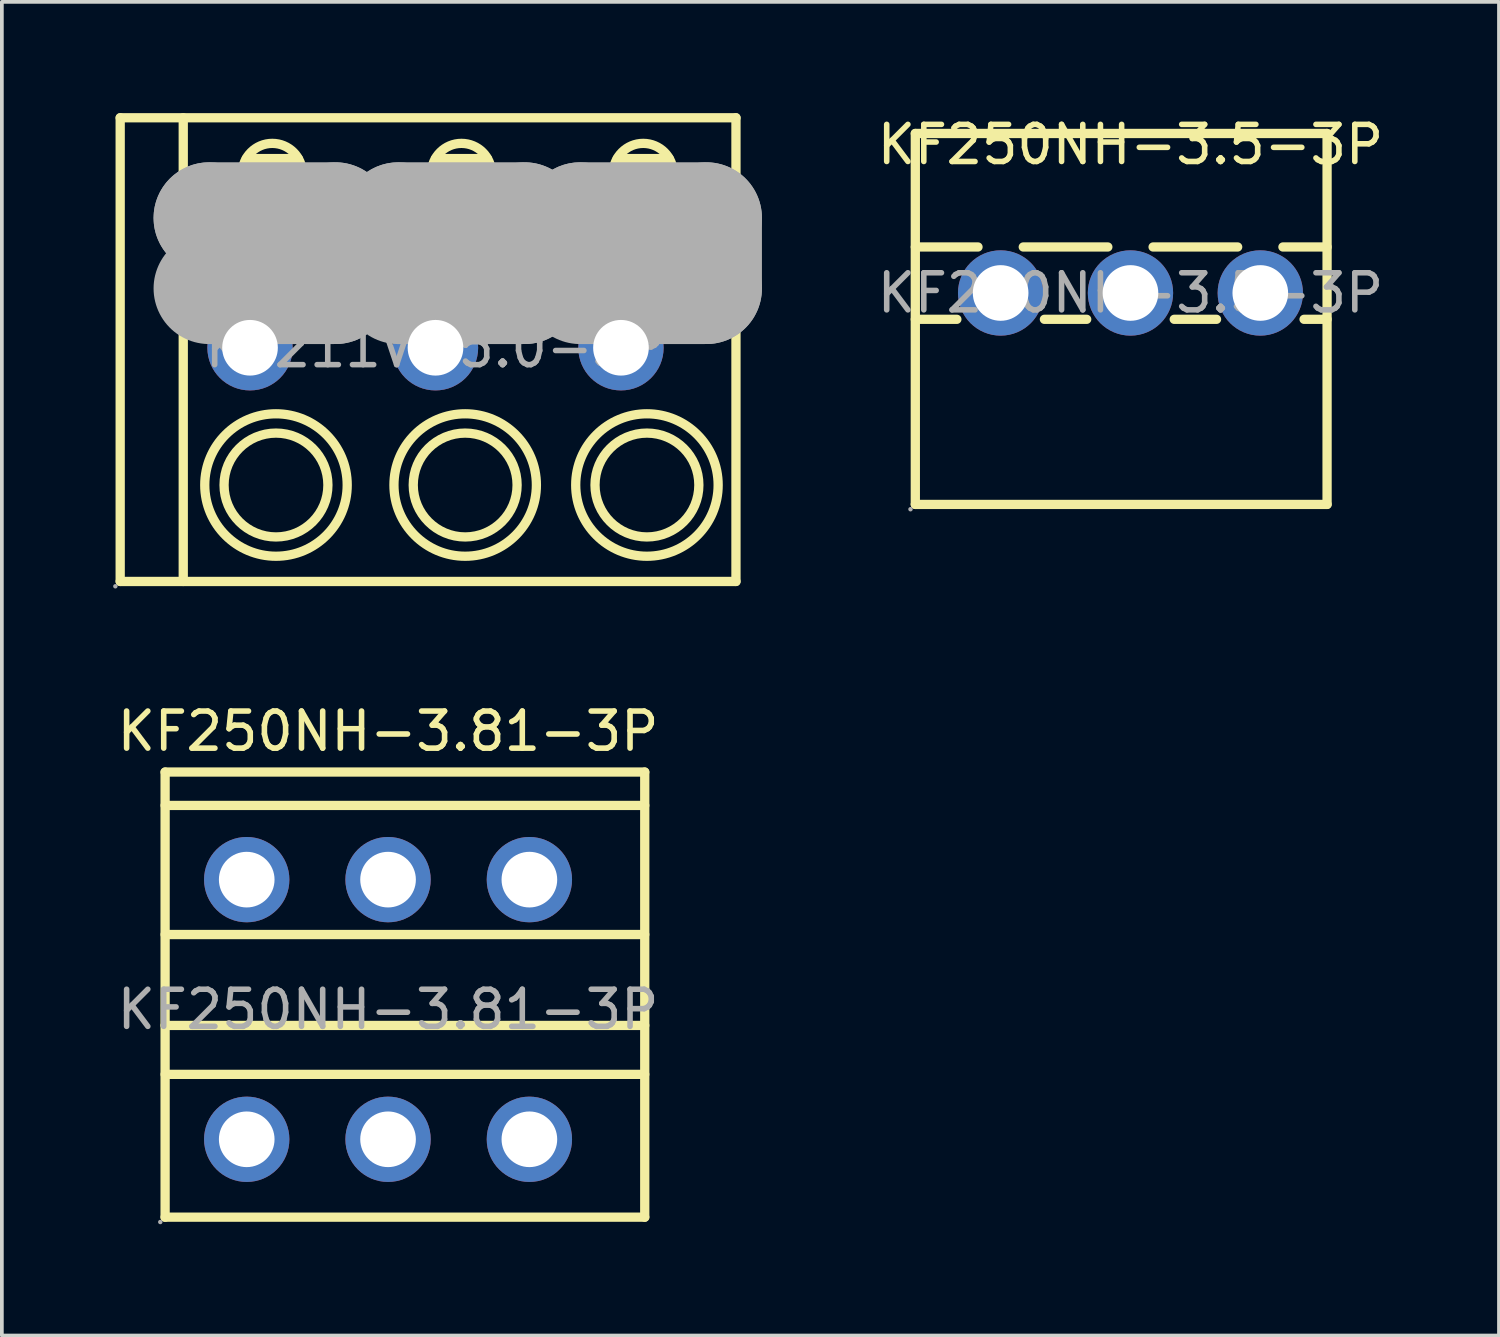
<source format=kicad_pcb>
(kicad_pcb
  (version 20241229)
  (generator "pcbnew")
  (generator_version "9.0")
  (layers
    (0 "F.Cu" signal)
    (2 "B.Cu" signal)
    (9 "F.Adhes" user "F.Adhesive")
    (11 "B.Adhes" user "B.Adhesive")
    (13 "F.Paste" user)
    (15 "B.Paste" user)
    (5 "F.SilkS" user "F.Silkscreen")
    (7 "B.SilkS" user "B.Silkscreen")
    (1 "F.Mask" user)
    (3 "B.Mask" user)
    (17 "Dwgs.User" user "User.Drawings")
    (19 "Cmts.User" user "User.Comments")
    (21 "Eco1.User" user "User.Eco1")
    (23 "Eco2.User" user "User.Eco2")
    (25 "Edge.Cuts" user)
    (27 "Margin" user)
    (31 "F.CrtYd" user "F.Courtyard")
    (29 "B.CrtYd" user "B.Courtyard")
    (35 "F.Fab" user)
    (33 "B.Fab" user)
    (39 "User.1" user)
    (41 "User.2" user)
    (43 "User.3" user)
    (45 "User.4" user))
  (footprint "KF250NH-3.81-3P"
    (layer "F.Cu")
    (at 7.411 24.163)
    (property "Reference" "KF250NH-3.81-3P" (at 0 -7.5 0) (layer "F.SilkS") (effects (font (size 1 1) (thickness 0.15))))
    (attr through_hole)
    (fp_line (start -6.01 -6.4) (end 6.92 -6.4) (stroke (width 0.25) (type solid)) (layer "F.SilkS"))
    (fp_line (start -6.01 -5.5) (end 6.92 -5.5) (stroke (width 0.25) (type solid)) (layer "F.SilkS"))
    (fp_line (start -6.01 -2.02) (end 6.92 -2.02) (stroke (width 0.25) (type solid)) (layer "F.SilkS"))
    (fp_line (start -6.01 0.43) (end 6.92 0.43) (stroke (width 0.25) (type solid)) (layer "F.SilkS"))
    (fp_line (start -6.01 1.75) (end 6.92 1.75) (stroke (width 0.25) (type solid)) (layer "F.SilkS"))
    (fp_line (start -6.01 5.6) (end -6.01 -6.4) (stroke (width 0.25) (type solid)) (layer "F.SilkS"))
    (fp_line (start -6.01 5.6) (end 6.92 5.6) (stroke (width 0.25) (type solid)) (layer "F.SilkS"))
    (fp_line (start 6.92 5.6) (end 6.92 -6.4) (stroke (width 0.25) (type solid)) (layer "F.SilkS"))
    (fp_circle (center -6.14 5.73) (end -6.11 5.73) (stroke (width 0.06) (type solid)) (fill no) (layer "F.Fab"))
    (fp_circle (center -3.81 -3.5) (end -3.48 -3.5) (stroke (width 0.65) (type solid)) (fill no) (layer "F.Fab"))
    (fp_circle (center -3.81 3.5) (end -3.48 3.5) (stroke (width 0.65) (type solid)) (fill no) (layer "F.Fab"))
    (fp_circle (center 0 -3.5) (end 0.33 -3.5) (stroke (width 0.65) (type solid)) (fill no) (layer "F.Fab"))
    (fp_circle (center 0 3.5) (end 0.33 3.5) (stroke (width 0.65) (type solid)) (fill no) (layer "F.Fab"))
    (fp_circle (center 3.81 -3.5) (end 4.14 -3.5) (stroke (width 0.65) (type solid)) (fill no) (layer "F.Fab"))
    (fp_circle (center 3.81 3.5) (end 4.14 3.5) (stroke (width 0.65) (type solid)) (fill no) (layer "F.Fab"))
    (fp_text user "${REFERENCE}" (at 0 0 0) (layer "F.Fab") (effects (font (size 1 1) (thickness 0.15))))
    (pad "1" thru_hole circle (at -3.81 -3.5) (size 2.3 2.3) (drill 1.5) (layers "*.Cu" "*.Mask"))
    (pad "1" thru_hole circle (at -3.81 3.5) (size 2.3 2.3) (drill 1.5) (layers "*.Cu" "*.Mask"))
    (pad "2" thru_hole circle (at 0 -3.5) (size 2.3 2.3) (drill 1.5) (layers "*.Cu" "*.Mask"))
    (pad "2" thru_hole circle (at 0 3.5) (size 2.3 2.3) (drill 1.5) (layers "*.Cu" "*.Mask"))
    (pad "3" thru_hole circle (at 3.81 -3.5) (size 2.3 2.3) (drill 1.5) (layers "*.Cu" "*.Mask"))
    (pad "3" thru_hole circle (at 3.81 3.5) (size 2.3 2.3) (drill 1.5) (layers "*.Cu" "*.Mask")))
  (footprint "KF211V-5.0-3P"
    (layer "F.Cu")
    (at 8.69 6.325)
    (property "Reference" "KF211V-5.0-3P" (at 0 -4 0) (layer "F.SilkS") (effects (font (size 1 1) (thickness 0.15))))
    (attr through_hole)
    (fp_line (start -8.5 -6.2) (end -8.5 6.3) (stroke (width 0.25) (type solid)) (layer "F.SilkS"))
    (fp_line (start -8.5 -6.2) (end 8.1 -6.2) (stroke (width 0.25) (type solid)) (layer "F.SilkS"))
    (fp_line (start -8.5 6.3) (end 8.1 6.3) (stroke (width 0.25) (type solid)) (layer "F.SilkS"))
    (fp_line (start -6.8 -6.2) (end -6.8 6.3) (stroke (width 0.25) (type solid)) (layer "F.SilkS"))
    (fp_line (start -5.1 -5.1) (end -3.7 -5.1) (stroke (width 0.25) (type solid)) (layer "F.SilkS"))
    (fp_line (start -5.1 -4.3) (end -3.7 -4.3) (stroke (width 0.25) (type solid)) (layer "F.SilkS"))
    (fp_line (start 0 -5.1) (end 1.4 -5.1) (stroke (width 0.25) (type solid)) (layer "F.SilkS"))
    (fp_line (start 0 -4.3) (end 1.4 -4.3) (stroke (width 0.25) (type solid)) (layer "F.SilkS"))
    (fp_line (start 4.9 -5.1) (end 6.3 -5.1) (stroke (width 0.25) (type solid)) (layer "F.SilkS"))
    (fp_line (start 4.9 -4.3) (end 6.3 -4.3) (stroke (width 0.25) (type solid)) (layer "F.SilkS"))
    (fp_line (start 8.1 -6.2) (end 8.1 6.3) (stroke (width 0.25) (type solid)) (layer "F.SilkS"))
    (fp_circle (center -4.4 -4.7) (end -3.59 -4.7) (stroke (width 0.25) (type solid)) (fill no) (layer "F.SilkS"))
    (fp_circle (center -4.3 3.7) (end -2.9 3.7) (stroke (width 0.25) (type solid)) (fill no) (layer "F.SilkS"))
    (fp_circle (center -4.3 3.7) (end -2.38 3.7) (stroke (width 0.25) (type solid)) (fill no) (layer "F.SilkS"))
    (fp_circle (center 0.7 -4.7) (end 1.51 -4.7) (stroke (width 0.25) (type solid)) (fill no) (layer "F.SilkS"))
    (fp_circle (center 0.8 3.7) (end 2.2 3.7) (stroke (width 0.25) (type solid)) (fill no) (layer "F.SilkS"))
    (fp_circle (center 0.8 3.7) (end 2.72 3.7) (stroke (width 0.25) (type solid)) (fill no) (layer "F.SilkS"))
    (fp_circle (center 5.6 -4.7) (end 6.41 -4.7) (stroke (width 0.25) (type solid)) (fill no) (layer "F.SilkS"))
    (fp_circle (center 5.7 3.7) (end 7.1 3.7) (stroke (width 0.25) (type solid)) (fill no) (layer "F.SilkS"))
    (fp_circle (center 5.7 3.7) (end 7.62 3.7) (stroke (width 0.25) (type solid)) (fill no) (layer "F.SilkS"))
    (fp_line (start -6.1 -3.5) (end -6.1 -3.5) (stroke (width 3) (type solid)) (layer "F.Fab"))
    (fp_line (start -6.1 -3.5) (end -2.7 -3.5) (stroke (width 3) (type solid)) (layer "F.Fab"))
    (fp_line (start -5.6 -3.1) (end -5.6 -3.1) (stroke (width 3) (type solid)) (layer "F.Fab"))
    (fp_line (start -5.6 -3.1) (end -3.2 -3.1) (stroke (width 3) (type solid)) (layer "F.Fab"))
    (fp_line (start -3.2 -3.1) (end -3.2 -2) (stroke (width 3) (type solid)) (layer "F.Fab"))
    (fp_line (start -3.2 -2) (end -5.6 -2) (stroke (width 3) (type solid)) (layer "F.Fab"))
    (fp_line (start -2.7 -3.5) (end -2.7 -1.6) (stroke (width 3) (type solid)) (layer "F.Fab"))
    (fp_line (start -2.7 -1.6) (end -6.1 -1.6) (stroke (width 3) (type solid)) (layer "F.Fab"))
    (fp_line (start -1 -3.5) (end -1 -3.5) (stroke (width 3) (type solid)) (layer "F.Fab"))
    (fp_line (start -1 -3.5) (end 2.4 -3.5) (stroke (width 3) (type solid)) (layer "F.Fab"))
    (fp_line (start -0.5 -3.1) (end -0.5 -3.1) (stroke (width 3) (type solid)) (layer "F.Fab"))
    (fp_line (start -0.5 -3.1) (end 1.9 -3.1) (stroke (width 3) (type solid)) (layer "F.Fab"))
    (fp_line (start 1.9 -3.1) (end 1.9 -2) (stroke (width 3) (type solid)) (layer "F.Fab"))
    (fp_line (start 1.9 -2) (end -0.5 -2) (stroke (width 3) (type solid)) (layer "F.Fab"))
    (fp_line (start 2.4 -3.5) (end 2.4 -1.6) (stroke (width 3) (type solid)) (layer "F.Fab"))
    (fp_line (start 2.4 -1.6) (end -1 -1.6) (stroke (width 3) (type solid)) (layer "F.Fab"))
    (fp_line (start 3.9 -3.5) (end 3.9 -3.5) (stroke (width 3) (type solid)) (layer "F.Fab"))
    (fp_line (start 3.9 -3.5) (end 7.3 -3.5) (stroke (width 3) (type solid)) (layer "F.Fab"))
    (fp_line (start 4.4 -3.1) (end 4.4 -3.1) (stroke (width 3) (type solid)) (layer "F.Fab"))
    (fp_line (start 4.4 -3.1) (end 6.8 -3.1) (stroke (width 3) (type solid)) (layer "F.Fab"))
    (fp_line (start 6.8 -3.1) (end 6.8 -2) (stroke (width 3) (type solid)) (layer "F.Fab"))
    (fp_line (start 6.8 -2) (end 4.4 -2) (stroke (width 3) (type solid)) (layer "F.Fab"))
    (fp_line (start 7.3 -3.5) (end 7.3 -1.6) (stroke (width 3) (type solid)) (layer "F.Fab"))
    (fp_line (start 7.3 -1.6) (end 3.9 -1.6) (stroke (width 3) (type solid)) (layer "F.Fab"))
    (fp_circle (center -8.63 6.43) (end -8.6 6.43) (stroke (width 0.06) (type solid)) (fill no) (layer "F.Fab"))
    (fp_circle (center -5 0) (end -4.67 0) (stroke (width 0.65) (type solid)) (fill no) (layer "F.Fab"))
    (fp_circle (center 0 0) (end 0.33 0) (stroke (width 0.65) (type solid)) (fill no) (layer "F.Fab"))
    (fp_circle (center 5 0) (end 5.33 0) (stroke (width 0.65) (type solid)) (fill no) (layer "F.Fab"))
    (fp_text user "${REFERENCE}" (at 0 0 0) (layer "F.Fab") (effects (font (size 1 1) (thickness 0.15))))
    (pad "1" thru_hole circle (at -5 0) (size 2.3 2.3) (drill 1.5) (layers "*.Cu" "*.Mask"))
    (pad "2" thru_hole circle (at 0 0) (size 2.3 2.3) (drill 1.5) (layers "*.Cu" "*.Mask"))
    (pad "3" thru_hole circle (at 5 0) (size 2.3 2.3) (drill 1.5) (layers "*.Cu" "*.Mask")))
  (footprint "KF250NH-3.5-3P"
    (layer "F.Cu")
    (at 27.425 4.848)
    (property "Reference" "KF250NH-3.5-3P" (at 0 -4 0) (layer "F.SilkS") (effects (font (size 1 1) (thickness 0.15))))
    (attr through_hole)
    (fp_line (start -5.8 -4.3) (end 5.3 -4.3) (stroke (width 0.25) (type solid)) (layer "F.SilkS"))
    (fp_line (start -5.8 -1.24) (end -4.11 -1.24) (stroke (width 0.25) (type solid)) (layer "F.SilkS"))
    (fp_line (start -5.8 0.71) (end -4.68 0.71) (stroke (width 0.25) (type solid)) (layer "F.SilkS"))
    (fp_line (start -5.8 5.7) (end -5.8 -4.3) (stroke (width 0.25) (type solid)) (layer "F.SilkS"))
    (fp_line (start -5.8 5.7) (end 5.3 5.7) (stroke (width 0.25) (type solid)) (layer "F.SilkS"))
    (fp_line (start -2.89 -1.24) (end -0.61 -1.24) (stroke (width 0.25) (type solid)) (layer "F.SilkS"))
    (fp_line (start -2.32 0.71) (end -1.18 0.71) (stroke (width 0.25) (type solid)) (layer "F.SilkS"))
    (fp_line (start 0.61 -1.24) (end 2.89 -1.24) (stroke (width 0.25) (type solid)) (layer "F.SilkS"))
    (fp_line (start 1.18 0.71) (end 2.32 0.71) (stroke (width 0.25) (type solid)) (layer "F.SilkS"))
    (fp_line (start 4.11 -1.24) (end 5.3 -1.24) (stroke (width 0.25) (type solid)) (layer "F.SilkS"))
    (fp_line (start 4.68 0.71) (end 5.3 0.71) (stroke (width 0.25) (type solid)) (layer "F.SilkS"))
    (fp_line (start 5.3 5.7) (end 5.3 -4.3) (stroke (width 0.25) (type solid)) (layer "F.SilkS"))
    (fp_circle (center -5.93 5.83) (end -5.9 5.83) (stroke (width 0.06) (type solid)) (fill no) (layer "F.Fab"))
    (fp_circle (center -3.5 0) (end -3.17 0) (stroke (width 0.65) (type solid)) (fill no) (layer "F.Fab"))
    (fp_circle (center 0 0) (end 0.33 0) (stroke (width 0.65) (type solid)) (fill no) (layer "F.Fab"))
    (fp_circle (center 3.5 0) (end 3.83 0) (stroke (width 0.65) (type solid)) (fill no) (layer "F.Fab"))
    (fp_text user "${REFERENCE}" (at 0 0 0) (layer "F.Fab") (effects (font (size 1 1) (thickness 0.15))))
    (pad "1" thru_hole circle (at -3.5 0) (size 2.3 2.3) (drill 1.5) (layers "*.Cu" "*.Mask"))
    (pad "2" thru_hole circle (at 0 0) (size 2.3 2.3) (drill 1.5) (layers "*.Cu" "*.Mask"))
    (pad "3" thru_hole circle (at 3.5 0) (size 2.3 2.3) (drill 1.5) (layers "*.Cu" "*.Mask")))
  (gr_rect
    (start -3 -3)
    (end 37.359 32.953)
    (stroke (width 0.1) (type default))
    (fill no)
    (layer "Edge.Cuts")))
</source>
